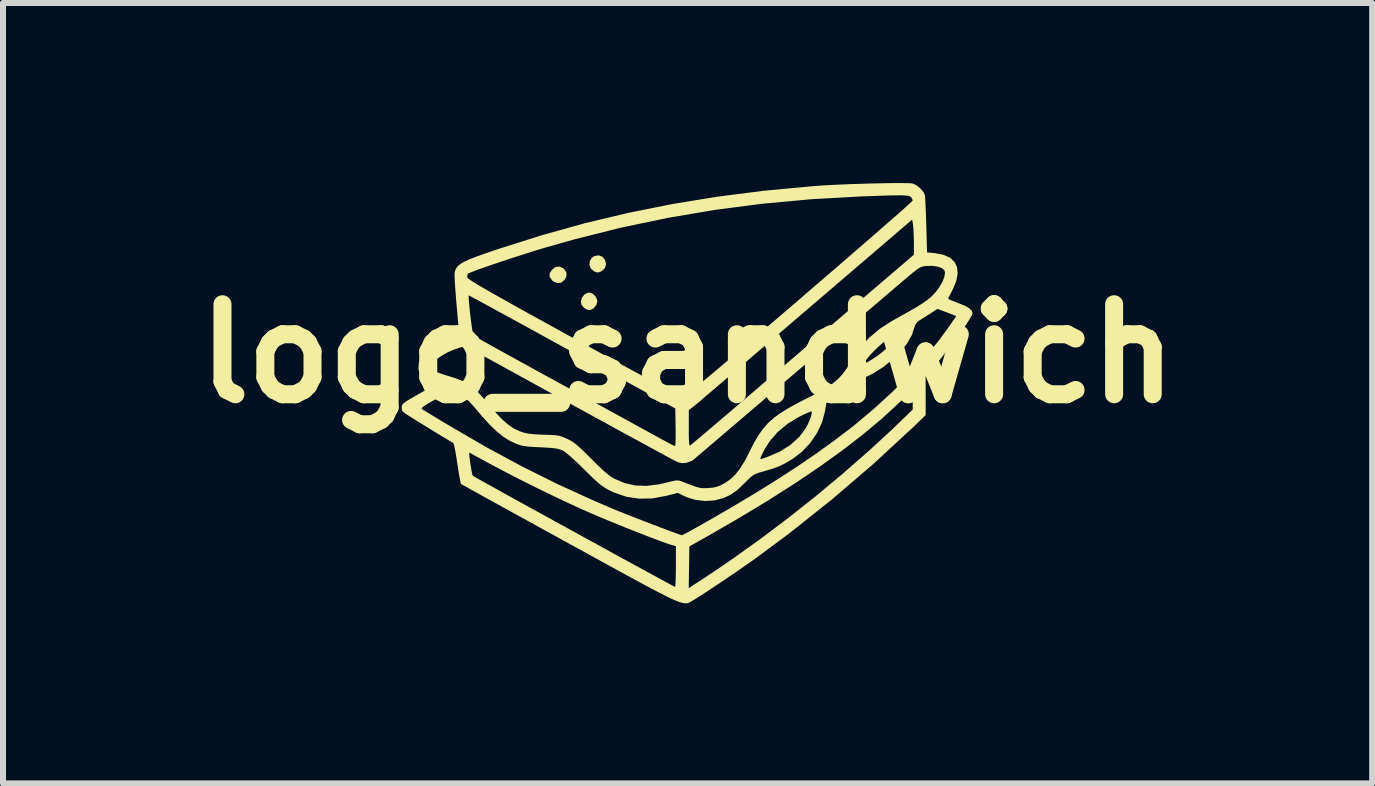
<source format=kicad_pcb>
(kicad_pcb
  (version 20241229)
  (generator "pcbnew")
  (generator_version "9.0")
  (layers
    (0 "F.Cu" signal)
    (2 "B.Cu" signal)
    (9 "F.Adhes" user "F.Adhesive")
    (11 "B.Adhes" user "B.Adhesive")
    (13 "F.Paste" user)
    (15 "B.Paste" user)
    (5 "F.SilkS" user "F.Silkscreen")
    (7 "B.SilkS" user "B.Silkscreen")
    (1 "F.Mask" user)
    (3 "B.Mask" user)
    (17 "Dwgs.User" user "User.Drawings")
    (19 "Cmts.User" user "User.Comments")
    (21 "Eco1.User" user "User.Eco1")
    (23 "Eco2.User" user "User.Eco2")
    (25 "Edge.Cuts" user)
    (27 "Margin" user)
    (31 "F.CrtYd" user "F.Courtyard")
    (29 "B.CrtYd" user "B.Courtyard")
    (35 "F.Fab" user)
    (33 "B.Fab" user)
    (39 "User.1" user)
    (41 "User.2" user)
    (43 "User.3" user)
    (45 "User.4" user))
  (footprint "logo_sandwich"
    (layer "F.Cu")
    (at 8.407 2.841)
    (property "Reference" "logo_sandwich" (at 0 0 0) (layer "F.SilkS") (effects (font (size 1.5 1.5) (thickness 0.3))))
    (attr board_only exclude_from_pos_files exclude_from_bom)
    (fp_poly (pts (xy -2.072 -1.422) (xy -2.052 -1.403) (xy -2.017 -1.343) (xy -2.021 -1.279) (xy -2.053 -1.224) (xy -2.108 -1.181) (xy -2.171 -1.174) (xy -2.236 -1.201) (xy -2.258 -1.22) (xy -2.298 -1.278) (xy -2.299 -1.334) (xy -2.262 -1.394) (xy -2.262 -1.395) (xy -2.2 -1.441) (xy -2.135 -1.45)) (stroke (width 0) (type solid)) (fill yes) (layer "F.SilkS"))
    (fp_poly (pts (xy -1.422 -1.615) (xy -1.376 -1.561) (xy -1.359 -1.491) (xy -1.376 -1.427) (xy -1.424 -1.378) (xy -1.438 -1.37) (xy -1.483 -1.352) (xy -1.515 -1.352) (xy -1.557 -1.37) (xy -1.563 -1.373) (xy -1.613 -1.417) (xy -1.635 -1.477) (xy -1.63 -1.54) (xy -1.597 -1.595) (xy -1.555 -1.624) (xy -1.485 -1.637)) (stroke (width 0) (type solid)) (fill yes) (layer "F.SilkS"))
    (fp_poly (pts (xy -1.584 -0.999) (xy -1.536 -0.954) (xy -1.508 -0.896) (xy -1.504 -0.869) (xy -1.521 -0.809) (xy -1.562 -0.757) (xy -1.617 -0.726) (xy -1.641 -0.723) (xy -1.679 -0.734) (xy -1.725 -0.762) (xy -1.727 -0.763) (xy -1.768 -0.813) (xy -1.778 -0.869) (xy -1.762 -0.93) (xy -1.721 -0.982) (xy -1.666 -1.013) (xy -1.641 -1.016)) (stroke (width 0) (type solid)) (fill yes) (layer "F.SilkS"))
    (fp_poly (pts (xy 3.617 -2.84) (xy 3.698 -2.838) (xy 3.746 -2.834) (xy 3.753 -2.833) (xy 3.816 -2.802) (xy 3.879 -2.751) (xy 3.93 -2.691) (xy 3.953 -2.644) (xy 3.957 -2.615) (xy 3.961 -2.553) (xy 3.965 -2.463) (xy 3.97 -2.353) (xy 3.974 -2.227) (xy 3.977 -2.147) (xy 3.99 -1.686) (xy 4.119 -1.673) (xy 4.26 -1.647) (xy 4.37 -1.599) (xy 4.446 -1.529) (xy 4.49 -1.439) (xy 4.5 -1.331) (xy 4.476 -1.206) (xy 4.423 -1.079) (xy 4.388 -1.009) (xy 4.36 -0.954) (xy 4.344 -0.921) (xy 4.342 -0.916) (xy 4.356 -0.905) (xy 4.4 -0.884) (xy 4.466 -0.858) (xy 4.513 -0.84) (xy 4.622 -0.796) (xy 4.695 -0.754) (xy 4.736 -0.712) (xy 4.748 -0.67) (xy 4.736 -0.638) (xy 4.703 -0.579) (xy 4.652 -0.5) (xy 4.586 -0.404) (xy 4.509 -0.296) (xy 4.424 -0.181) (xy 4.334 -0.063) (xy 4.243 0.053) (xy 4.153 0.163) (xy 4.069 0.262) (xy 4.069 0.263) (xy 3.966 0.381) (xy 3.967 0.703) (xy 3.967 1.026) (xy 3.757 1.228) (xy 3.094 1.841) (xy 2.401 2.434) (xy 1.688 3.001) (xy 1.131 3.414) (xy 1.035 3.482) (xy 0.921 3.561) (xy 0.796 3.648) (xy 0.664 3.737) (xy 0.533 3.826) (xy 0.407 3.909) (xy 0.293 3.985) (xy 0.196 4.047) (xy 0.122 4.094) (xy 0.096 4.109) (xy 0.07 4.125) (xy 0.046 4.14) (xy 0.024 4.151) (xy -0.000108 4.159) (xy -0.027 4.162) (xy -0.06 4.16) (xy -0.099 4.152) (xy -0.148 4.136) (xy -0.209 4.112) (xy -0.283 4.079) (xy -0.372 4.035) (xy -0.479 3.981) (xy -0.606 3.915) (xy -0.618 3.908) (xy 0.019 3.908) (xy 0.249 3.759) (xy 0.348 3.693) (xy 0.467 3.614) (xy 0.593 3.528) (xy 0.714 3.445) (xy 0.762 3.412) (xy 1.219 3.085) (xy 1.679 2.738) (xy 2.135 2.377) (xy 2.579 2.007) (xy 3.003 1.637) (xy 3.401 1.271) (xy 3.511 1.165) (xy 3.751 0.933) (xy 3.751 0.767) (xy 3.751 0.6) (xy 3.53 0.815) (xy 3.249 1.074) (xy 2.936 1.337) (xy 2.589 1.606) (xy 2.208 1.88) (xy 1.792 2.161) (xy 1.34 2.449) (xy 0.851 2.744) (xy 0.326 3.047) (xy 0.303 3.06) (xy 0.029 3.214) (xy 0.024 3.561) (xy 0.019 3.908) (xy -0.618 3.908) (xy -0.754 3.835) (xy -0.925 3.742) (xy -1.123 3.635) (xy -1.348 3.511) (xy -1.603 3.371) (xy -1.89 3.214) (xy -1.964 3.173) (xy -2.209 3.038) (xy -2.445 2.909) (xy -2.669 2.785) (xy -2.878 2.67) (xy -3.072 2.563) (xy -3.246 2.467) (xy -3.4 2.382) (xy -3.531 2.309) (xy -3.636 2.251) (xy -3.713 2.208) (xy -3.76 2.181) (xy -3.775 2.172) (xy -3.783 2.149) (xy -3.794 2.094) (xy -3.809 2.013) (xy -3.825 1.913) (xy -3.838 1.827) (xy -3.855 1.718) (xy -3.864 1.664) (xy -3.638 1.664) (xy -3.636 1.707) (xy -3.629 1.769) (xy -3.619 1.841) (xy -3.607 1.913) (xy -3.596 1.977) (xy -3.585 2.021) (xy -3.579 2.036) (xy -3.56 2.048) (xy -3.509 2.077) (xy -3.43 2.121) (xy -3.326 2.179) (xy -3.198 2.25) (xy -3.051 2.332) (xy -2.886 2.423) (xy -2.707 2.522) (xy -2.516 2.627) (xy -2.317 2.736) (xy -2.112 2.849) (xy -1.904 2.963) (xy -1.696 3.078) (xy -1.491 3.19) (xy -1.291 3.3) (xy -1.1 3.405) (xy -0.919 3.503) (xy -0.753 3.594) (xy -0.604 3.675) (xy -0.474 3.746) (xy -0.367 3.804) (xy -0.286 3.848) (xy -0.233 3.876) (xy -0.21 3.887) (xy -0.21 3.887) (xy -0.205 3.869) (xy -0.201 3.818) (xy -0.198 3.74) (xy -0.196 3.643) (xy -0.195 3.549) (xy -0.195 3.21) (xy -0.278 3.186) (xy -0.345 3.164) (xy -0.443 3.129) (xy -0.564 3.083) (xy -0.705 3.029) (xy -0.859 2.969) (xy -1.019 2.906) (xy -1.182 2.84) (xy -1.339 2.776) (xy -1.487 2.714) (xy -1.544 2.69) (xy -1.763 2.594) (xy -2.007 2.482) (xy -2.269 2.357) (xy -2.541 2.225) (xy -2.814 2.088) (xy -3.081 1.95) (xy -3.334 1.816) (xy -3.564 1.69) (xy -3.635 1.65) (xy -3.638 1.664) (xy -3.864 1.664) (xy -3.871 1.623) (xy -3.886 1.549) (xy -3.898 1.502) (xy -3.905 1.489) (xy -3.927 1.477) (xy -3.977 1.448) (xy -4.048 1.405) (xy -4.136 1.352) (xy -4.233 1.293) (xy -4.335 1.23) (xy -4.436 1.168) (xy -4.53 1.11) (xy -4.61 1.059) (xy -4.673 1.02) (xy -4.711 0.995) (xy -4.715 0.992) (xy -4.754 0.955) (xy -4.762 0.921) (xy -4.428 0.921) (xy -4.42 0.929) (xy -4.395 0.945) (xy -4.341 0.978) (xy -4.263 1.025) (xy -4.166 1.084) (xy -4.055 1.151) (xy -3.947 1.215) (xy -3.343 1.566) (xy -2.749 1.886) (xy -2.157 2.18) (xy -1.558 2.453) (xy -1.259 2.581) (xy -1.176 2.616) (xy -1.072 2.657) (xy -0.954 2.704) (xy -0.826 2.754) (xy -0.694 2.805) (xy -0.563 2.855) (xy -0.438 2.903) (xy -0.325 2.945) (xy -0.228 2.981) (xy -0.154 3.008) (xy -0.107 3.024) (xy -0.094 3.028) (xy -0.074 3.019) (xy -0.024 2.993) (xy 0.049 2.953) (xy 0.142 2.901) (xy 0.249 2.841) (xy 0.328 2.796) (xy 0.752 2.551) (xy 1.143 2.317) (xy 1.503 2.093) (xy 1.837 1.876) (xy 2.147 1.664) (xy 2.437 1.455) (xy 2.711 1.247) (xy 2.8 1.176) (xy 3.113 0.913) (xy 3.415 0.636) (xy 3.699 0.35) (xy 3.96 0.061) (xy 4.194 -0.227) (xy 4.359 -0.454) (xy 4.477 -0.625) (xy 4.422 -0.647) (xy 4.371 -0.666) (xy 4.304 -0.692) (xy 4.265 -0.706) (xy 4.164 -0.744) (xy 4.031 -0.658) (xy 3.961 -0.613) (xy 3.897 -0.573) (xy 3.852 -0.545) (xy 3.847 -0.542) (xy 3.801 -0.494) (xy 3.783 -0.448) (xy 3.738 -0.311) (xy 3.659 -0.171) (xy 3.55 -0.032) (xy 3.415 0.101) (xy 3.26 0.225) (xy 3.088 0.334) (xy 2.904 0.424) (xy 2.903 0.424) (xy 2.754 0.503) (xy 2.635 0.595) (xy 2.563 0.657) (xy 2.484 0.718) (xy 2.417 0.763) (xy 2.312 0.826) (xy 2.288 0.968) (xy 2.239 1.149) (xy 2.156 1.325) (xy 2.043 1.49) (xy 1.906 1.636) (xy 1.749 1.757) (xy 1.745 1.759) (xy 1.633 1.826) (xy 1.527 1.877) (xy 1.412 1.92) (xy 1.275 1.961) (xy 1.266 1.964) (xy 1.191 1.984) (xy 1.136 2.004) (xy 1.091 2.028) (xy 1.047 2.063) (xy 0.992 2.116) (xy 0.942 2.166) (xy 0.827 2.275) (xy 0.717 2.353) (xy 0.601 2.407) (xy 0.471 2.442) (xy 0.438 2.448) (xy 0.287 2.457) (xy 0.128 2.437) (xy -0.021 2.391) (xy -0.062 2.372) (xy -0.162 2.322) (xy -0.36 2.372) (xy -0.589 2.414) (xy -0.809 2.418) (xy -1.02 2.386) (xy -1.227 2.315) (xy -1.315 2.273) (xy -1.374 2.24) (xy -1.433 2.199) (xy -1.497 2.148) (xy -1.572 2.079) (xy -1.665 1.989) (xy -1.722 1.932) (xy -1.812 1.843) (xy -1.899 1.762) (xy -1.976 1.694) (xy -2.037 1.645) (xy -2.073 1.62) (xy -2.113 1.602) (xy -2.157 1.589) (xy -2.213 1.579) (xy -2.288 1.571) (xy -2.391 1.565) (xy -2.452 1.562) (xy -2.573 1.556) (xy -2.663 1.549) (xy -2.732 1.54) (xy -2.789 1.527) (xy -2.842 1.509) (xy -2.868 1.499) (xy -2.973 1.448) (xy -3.077 1.381) (xy -3.184 1.294) (xy -3.298 1.185) (xy -3.423 1.048) (xy -3.545 0.903) (xy -3.635 0.803) (xy -3.726 0.722) (xy -3.811 0.662) (xy -3.885 0.63) (xy -3.918 0.625) (xy -3.948 0.635) (xy -4.005 0.66) (xy -4.081 0.698) (xy -4.17 0.746) (xy -4.205 0.765) (xy -4.302 0.82) (xy -4.369 0.86) (xy -4.409 0.888) (xy -4.428 0.908) (xy -4.428 0.921) (xy -4.762 0.921) (xy -4.765 0.91) (xy -4.764 0.892) (xy -4.759 0.867) (xy -4.747 0.845) (xy -4.722 0.82) (xy -4.679 0.79) (xy -4.613 0.75) (xy -4.519 0.697) (xy -4.499 0.685) (xy -4.409 0.634) (xy -4.333 0.589) (xy -4.276 0.555) (xy -4.245 0.533) (xy -4.24 0.529) (xy -4.257 0.515) (xy -4.297 0.492) (xy -4.318 0.482) (xy -4.404 0.424) (xy -4.46 0.344) (xy -4.485 0.252) (xy -4.483 0.224) (xy -4.279 0.224) (xy -4.265 0.256) (xy -4.221 0.288) (xy -4.144 0.323) (xy -4.032 0.36) (xy -3.998 0.371) (xy -3.868 0.411) (xy -3.761 0.452) (xy -3.67 0.499) (xy -3.587 0.557) (xy -3.505 0.631) (xy -3.416 0.727) (xy -3.314 0.848) (xy -3.195 0.986) (xy -3.092 1.095) (xy -2.999 1.177) (xy -2.912 1.238) (xy -2.872 1.26) (xy -2.797 1.295) (xy -2.724 1.319) (xy -2.642 1.336) (xy -2.543 1.346) (xy -2.416 1.352) (xy -2.384 1.353) (xy -2.279 1.356) (xy -2.202 1.361) (xy -2.144 1.37) (xy -2.094 1.384) (xy -2.04 1.406) (xy -2.005 1.422) (xy -1.952 1.449) (xy -1.901 1.481) (xy -1.847 1.522) (xy -1.784 1.578) (xy -1.707 1.652) (xy -1.608 1.751) (xy -1.604 1.754) (xy -1.49 1.868) (xy -1.396 1.956) (xy -1.318 2.021) (xy -1.253 2.066) (xy -1.221 2.085) (xy -1.05 2.158) (xy -0.874 2.198) (xy -0.688 2.205) (xy -0.488 2.181) (xy -0.373 2.156) (xy -0.282 2.133) (xy -0.22 2.119) (xy -0.176 2.114) (xy -0.141 2.117) (xy -0.106 2.128) (xy -0.079 2.138) (xy 0.028 2.18) (xy 0.107 2.209) (xy 0.166 2.228) (xy 0.212 2.239) (xy 0.254 2.243) (xy 0.3 2.243) (xy 0.344 2.241) (xy 0.434 2.232) (xy 0.508 2.213) (xy 0.586 2.177) (xy 0.608 2.165) (xy 0.705 2.101) (xy 0.794 2.018) (xy 0.878 1.91) (xy 0.962 1.772) (xy 0.974 1.749) (xy 1.212 1.749) (xy 1.216 1.758) (xy 1.218 1.758) (xy 1.239 1.753) (xy 1.285 1.738) (xy 1.331 1.722) (xy 1.536 1.634) (xy 1.713 1.523) (xy 1.859 1.39) (xy 1.954 1.267) (xy 1.994 1.198) (xy 2.028 1.125) (xy 2.054 1.055) (xy 2.068 1) (xy 2.067 0.967) (xy 2.066 0.965) (xy 2.045 0.969) (xy 1.997 0.988) (xy 1.929 1.019) (xy 1.853 1.057) (xy 1.665 1.171) (xy 1.503 1.306) (xy 1.369 1.459) (xy 1.284 1.595) (xy 1.244 1.673) (xy 1.221 1.722) (xy 1.212 1.749) (xy 0.974 1.749) (xy 1.034 1.631) (xy 1.108 1.485) (xy 1.181 1.361) (xy 1.257 1.253) (xy 1.341 1.158) (xy 1.438 1.071) (xy 1.553 0.988) (xy 1.691 0.903) (xy 1.858 0.813) (xy 2.007 0.737) (xy 2.172 0.652) (xy 2.306 0.575) (xy 2.415 0.501) (xy 2.506 0.425) (xy 2.583 0.342) (xy 2.652 0.246) (xy 2.713 0.146) (xy 2.959 0.146) (xy 2.968 0.153) (xy 3.001 0.141) (xy 3.059 0.106) (xy 3.133 0.058) (xy 3.214 -0.001) (xy 3.295 -0.068) (xy 3.361 -0.13) (xy 3.37 -0.141) (xy 3.426 -0.207) (xy 3.471 -0.268) (xy 3.499 -0.316) (xy 3.508 -0.345) (xy 3.501 -0.352) (xy 3.464 -0.338) (xy 3.407 -0.302) (xy 3.336 -0.248) (xy 3.257 -0.182) (xy 3.176 -0.11) (xy 3.1 -0.037) (xy 3.035 0.032) (xy 2.987 0.09) (xy 2.969 0.118) (xy 2.959 0.146) (xy 2.713 0.146) (xy 2.721 0.133) (xy 2.735 0.107) (xy 2.859 -0.081) (xy 3.017 -0.256) (xy 3.203 -0.413) (xy 3.402 -0.541) (xy 3.461 -0.574) (xy 3.543 -0.62) (xy 3.637 -0.673) (xy 3.73 -0.725) (xy 3.825 -0.78) (xy 3.916 -0.838) (xy 3.993 -0.892) (xy 4.046 -0.933) (xy 4.125 -1.014) (xy 4.192 -1.103) (xy 4.245 -1.193) (xy 4.278 -1.276) (xy 4.289 -1.346) (xy 4.28 -1.386) (xy 4.241 -1.421) (xy 4.173 -1.447) (xy 4.085 -1.461) (xy 3.987 -1.46) (xy 3.982 -1.46) (xy 3.944 -1.456) (xy 3.912 -1.449) (xy 3.879 -1.437) (xy 3.842 -1.415) (xy 3.795 -1.381) (xy 3.734 -1.332) (xy 3.652 -1.263) (xy 3.552 -1.178) (xy 3.492 -1.127) (xy 3.405 -1.053) (xy 3.294 -0.958) (xy 3.16 -0.843) (xy 3.006 -0.713) (xy 2.836 -0.567) (xy 2.651 -0.409) (xy 2.453 -0.24) (xy 2.246 -0.064) (xy 2.032 0.119) (xy 1.814 0.305) (xy 1.68 0.419) (xy 1.467 0.601) (xy 1.262 0.776) (xy 1.067 0.942) (xy 0.885 1.098) (xy 0.716 1.242) (xy 0.563 1.373) (xy 0.428 1.488) (xy 0.313 1.586) (xy 0.22 1.665) (xy 0.151 1.724) (xy 0.109 1.76) (xy 0.094 1.773) (xy 0.054 1.795) (xy -0.003 1.815) (xy -0.019 1.819) (xy -0.085 1.827) (xy -0.145 1.816) (xy -0.182 1.801) (xy -0.21 1.787) (xy -0.27 1.755) (xy -0.36 1.707) (xy -0.476 1.644) (xy -0.617 1.567) (xy -0.78 1.478) (xy -0.963 1.379) (xy -1.163 1.27) (xy -1.377 1.152) (xy -1.604 1.028) (xy -1.841 0.898) (xy -1.982 0.821) (xy -3.699 -0.124) (xy -3.789 -0.1) (xy -3.899 -0.064) (xy -4.006 -0.016) (xy -4.103 0.039) (xy -4.185 0.097) (xy -4.245 0.154) (xy -4.276 0.206) (xy -4.279 0.224) (xy -4.483 0.224) (xy -4.478 0.152) (xy -4.436 0.053) (xy -4.424 0.035) (xy -4.35 -0.047) (xy -4.245 -0.128) (xy -4.119 -0.202) (xy -3.98 -0.262) (xy -3.974 -0.264) (xy -3.903 -0.29) (xy -3.847 -0.311) (xy -3.816 -0.323) (xy -3.813 -0.325) (xy -3.812 -0.345) (xy -3.815 -0.399) (xy -3.821 -0.481) (xy -3.83 -0.586) (xy -3.84 -0.709) (xy -3.85 -0.817) (xy -3.861 -0.948) (xy -3.648 -0.948) (xy -3.646 -0.894) (xy -3.639 -0.818) (xy -3.63 -0.727) (xy -3.619 -0.628) (xy -3.607 -0.53) (xy -3.595 -0.44) (xy -3.584 -0.367) (xy -3.575 -0.318) (xy -3.569 -0.301) (xy -3.549 -0.288) (xy -3.497 -0.259) (xy -3.416 -0.213) (xy -3.308 -0.153) (xy -3.176 -0.079) (xy -3.022 0.006) (xy -2.849 0.101) (xy -2.66 0.205) (xy -2.457 0.317) (xy -2.242 0.435) (xy -2.081 0.523) (xy -1.854 0.647) (xy -1.634 0.768) (xy -1.423 0.884) (xy -1.224 0.993) (xy -1.039 1.094) (xy -0.873 1.186) (xy -0.727 1.266) (xy -0.605 1.333) (xy -0.509 1.385) (xy -0.444 1.421) (xy -0.42 1.434) (xy -0.341 1.477) (xy -0.275 1.512) (xy -0.228 1.535) (xy -0.21 1.543) (xy -0.205 1.525) (xy -0.201 1.474) (xy -0.199 1.397) (xy -0.199 1.301) (xy -0.2 1.243) (xy 0.02 1.243) (xy 0.02 1.36) (xy 0.022 1.442) (xy 0.026 1.495) (xy 0.032 1.524) (xy 0.041 1.532) (xy 0.046 1.53) (xy 0.063 1.515) (xy 0.109 1.477) (xy 0.181 1.417) (xy 0.277 1.335) (xy 0.396 1.235) (xy 0.535 1.116) (xy 0.693 0.982) (xy 0.868 0.833) (xy 1.058 0.671) (xy 1.261 0.497) (xy 1.476 0.314) (xy 1.701 0.122) (xy 1.921 -0.066) (xy 3.771 -1.647) (xy 3.77 -1.864) (xy 3.768 -1.961) (xy 3.764 -2.051) (xy 3.759 -2.123) (xy 3.755 -2.156) (xy 3.742 -2.232) (xy 1.937 -0.686) (xy 1.707 -0.489) (xy 1.485 -0.299) (xy 1.272 -0.117) (xy 1.07 0.056) (xy 0.882 0.217) (xy 0.709 0.364) (xy 0.552 0.498) (xy 0.415 0.615) (xy 0.298 0.714) (xy 0.204 0.794) (xy 0.134 0.853) (xy 0.09 0.889) (xy 0.076 0.9) (xy 0.02 0.941) (xy 0.02 1.243) (xy -0.2 1.243) (xy -0.2 1.229) (xy -0.205 0.915) (xy -1.925 -0.029) (xy -2.164 -0.16) (xy -2.394 -0.286) (xy -2.611 -0.406) (xy -2.814 -0.517) (xy -3.001 -0.619) (xy -3.168 -0.71) (xy -3.314 -0.79) (xy -3.437 -0.857) (xy -3.533 -0.909) (xy -3.602 -0.946) (xy -3.64 -0.966) (xy -3.647 -0.97) (xy -3.648 -0.948) (xy -3.861 -0.948) (xy -3.861 -0.954) (xy -3.871 -1.079) (xy -3.878 -1.188) (xy -3.882 -1.275) (xy -3.882 -1.3) (xy -3.67 -1.3) (xy -3.67 -1.27) (xy -3.664 -1.26) (xy -3.647 -1.244) (xy -3.617 -1.223) (xy -3.573 -1.194) (xy -3.512 -1.156) (xy -3.433 -1.11) (xy -3.334 -1.052) (xy -3.214 -0.984) (xy -3.07 -0.903) (xy -2.901 -0.808) (xy -2.705 -0.699) (xy -2.48 -0.575) (xy -2.224 -0.434) (xy -1.937 -0.275) (xy -1.895 -0.253) (xy -1.579 -0.079) (xy -1.296 0.076) (xy -1.045 0.213) (xy -0.825 0.332) (xy -0.636 0.434) (xy -0.476 0.52) (xy -0.343 0.589) (xy -0.239 0.643) (xy -0.16 0.682) (xy -0.107 0.706) (xy -0.078 0.716) (xy -0.074 0.717) (xy -0.058 0.71) (xy -0.026 0.689) (xy 0.022 0.653) (xy 0.087 0.601) (xy 0.172 0.533) (xy 0.276 0.447) (xy 0.401 0.343) (xy 0.548 0.219) (xy 0.718 0.075) (xy 0.912 -0.09) (xy 1.132 -0.278) (xy 1.379 -0.488) (xy 1.653 -0.723) (xy 1.865 -0.905) (xy 2.099 -1.107) (xy 2.325 -1.301) (xy 2.541 -1.487) (xy 2.744 -1.663) (xy 2.934 -1.828) (xy 3.109 -1.979) (xy 3.266 -2.117) (xy 3.405 -2.238) (xy 3.523 -2.341) (xy 3.618 -2.426) (xy 3.689 -2.49) (xy 3.734 -2.532) (xy 3.751 -2.55) (xy 3.751 -2.55) (xy 3.739 -2.584) (xy 3.721 -2.607) (xy 3.707 -2.617) (xy 3.686 -2.625) (xy 3.654 -2.631) (xy 3.608 -2.635) (xy 3.544 -2.637) (xy 3.458 -2.636) (xy 3.346 -2.634) (xy 3.205 -2.629) (xy 3.032 -2.623) (xy 2.892 -2.618) (xy 2.056 -2.571) (xy 1.244 -2.496) (xy 0.449 -2.393) (xy -0.333 -2.26) (xy -1.108 -2.098) (xy -1.881 -1.904) (xy -2.358 -1.769) (xy -2.49 -1.73) (xy -2.633 -1.685) (xy -2.783 -1.637) (xy -2.936 -1.588) (xy -3.085 -1.539) (xy -3.227 -1.491) (xy -3.357 -1.446) (xy -3.47 -1.407) (xy -3.56 -1.373) (xy -3.624 -1.348) (xy -3.657 -1.333) (xy -3.659 -1.331) (xy -3.67 -1.3) (xy -3.882 -1.3) (xy -3.883 -1.333) (xy -3.881 -1.354) (xy -3.868 -1.396) (xy -3.848 -1.433) (xy -3.818 -1.467) (xy -3.774 -1.5) (xy -3.712 -1.535) (xy -3.63 -1.572) (xy -3.522 -1.614) (xy -3.386 -1.663) (xy -3.217 -1.721) (xy -3.142 -1.746) (xy -2.424 -1.973) (xy -1.707 -2.173) (xy -0.985 -2.345) (xy -0.255 -2.491) (xy 0.491 -2.613) (xy 1.258 -2.711) (xy 2.051 -2.786) (xy 2.152 -2.794) (xy 2.275 -2.802) (xy 2.418 -2.81) (xy 2.573 -2.817) (xy 2.738 -2.824) (xy 2.906 -2.829) (xy 3.072 -2.834) (xy 3.231 -2.837) (xy 3.379 -2.84) (xy 3.509 -2.841)) (stroke (width 0) (type solid)) (fill yes) (layer "F.SilkS")))
  (gr_rect
    (start -3 -3)
    (end 19.814 10.003)
    (stroke (width 0.1) (type default))
    (fill no)
    (layer "Edge.Cuts")))
</source>
